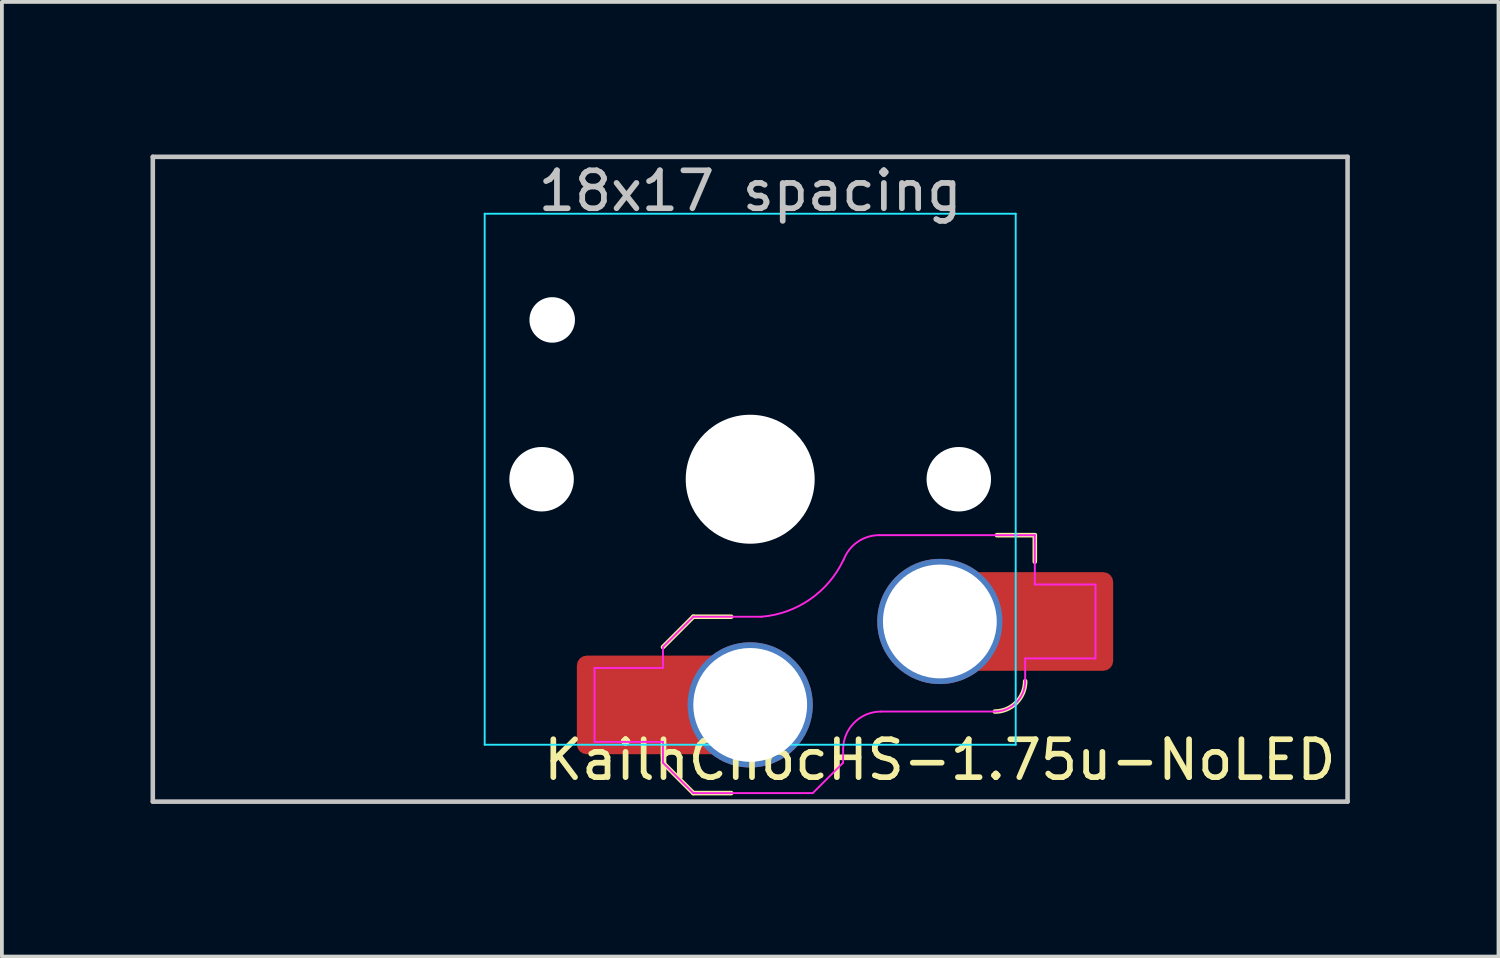
<source format=kicad_pcb>
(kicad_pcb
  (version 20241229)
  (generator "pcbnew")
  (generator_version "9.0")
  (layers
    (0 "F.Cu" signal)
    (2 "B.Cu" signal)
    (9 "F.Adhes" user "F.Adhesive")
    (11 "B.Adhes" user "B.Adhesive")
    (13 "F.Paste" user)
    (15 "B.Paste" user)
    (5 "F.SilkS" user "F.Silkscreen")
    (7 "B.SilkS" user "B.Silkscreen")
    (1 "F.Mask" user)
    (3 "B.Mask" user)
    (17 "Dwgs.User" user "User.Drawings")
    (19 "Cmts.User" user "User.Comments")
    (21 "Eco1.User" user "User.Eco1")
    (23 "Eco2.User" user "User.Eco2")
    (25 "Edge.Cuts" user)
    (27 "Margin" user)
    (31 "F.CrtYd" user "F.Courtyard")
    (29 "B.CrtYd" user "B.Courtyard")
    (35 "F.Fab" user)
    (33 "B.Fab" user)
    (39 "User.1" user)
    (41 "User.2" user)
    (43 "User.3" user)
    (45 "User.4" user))
  (footprint "KailhChocHS-1.75u-NoLED"
    (layer "F.Cu")
    (at 16.729 9.585)
    (property "Reference" "KailhChocHS-1.75u-NoLED" (at 5 7.4 180) (layer "F.SilkS") (effects (font (size 1 1) (thickness 0.15))))
    (attr smd)
    (fp_line (start -2.3 7.475) (end -1.5 8.275) (stroke (width 0.12) (type solid)) (layer "F.SilkS"))
    (fp_line (start -1.5 3.625) (end -2.3 4.425) (stroke (width 0.12) (type solid)) (layer "F.SilkS"))
    (fp_line (start -1.5 3.625) (end -0.5 3.625) (stroke (width 0.12) (type solid)) (layer "F.SilkS"))
    (fp_line (start -1.5 8.275) (end -0.5 8.275) (stroke (width 0.12) (type solid)) (layer "F.SilkS"))
    (fp_line (start 7.504 1.475) (end 6.504 1.475) (stroke (width 0.12) (type solid)) (layer "F.SilkS"))
    (fp_line (start 7.504 1.475) (end 7.504 2.175) (stroke (width 0.12) (type solid)) (layer "F.SilkS"))
    (fp_arc (start 7.25 5.325) (mid 7.015685 5.890685) (end 6.45 6.125) (stroke (width 0.12) (type solid)) (layer "F.SilkS"))
    (fp_line (start -15.75 -8.5) (end -15.75 8.5) (stroke (width 0.12) (type solid)) (layer "Dwgs.User"))
    (fp_line (start -15.75 8.5) (end 15.75 8.5) (stroke (width 0.12) (type solid)) (layer "Dwgs.User"))
    (fp_line (start 15.75 -8.5) (end -15.75 -8.5) (stroke (width 0.12) (type solid)) (layer "Dwgs.User"))
    (fp_line (start 15.75 8.5) (end 15.75 -8.5) (stroke (width 0.12) (type solid)) (layer "Dwgs.User"))
    (fp_line (start -16.669 -9.525) (end 16.669 -9.525) (stroke (width 0.12) (type solid)) (layer "Eco1.User"))
    (fp_line (start -16.669 9.525) (end -16.669 -9.525) (stroke (width 0.12) (type solid)) (layer "Eco1.User"))
    (fp_line (start 16.669 -9.525) (end 16.669 9.525) (stroke (width 0.12) (type solid)) (layer "Eco1.User"))
    (fp_line (start 16.669 9.525) (end -16.669 9.525) (stroke (width 0.12) (type solid)) (layer "Eco1.User"))
    (fp_line (start -6.95 -6.45) (end -6.95 6.45) (stroke (width 0.05) (type solid)) (layer "Eco2.User"))
    (fp_line (start -6.45 6.95) (end 6.45 6.95) (stroke (width 0.05) (type solid)) (layer "Eco2.User"))
    (fp_line (start 6.45 -6.95) (end -6.45 -6.95) (stroke (width 0.05) (type solid)) (layer "Eco2.User"))
    (fp_line (start 6.95 6.45) (end 6.95 -6.45) (stroke (width 0.05) (type solid)) (layer "Eco2.User"))
    (fp_arc (start -6.95 -6.45) (mid -6.803553 -6.803553) (end -6.45 -6.95) (stroke (width 0.05) (type solid)) (layer "Eco2.User"))
    (fp_arc (start -6.45 6.95) (mid -6.803553 6.803553) (end -6.95 6.45) (stroke (width 0.05) (type solid)) (layer "Eco2.User"))
    (fp_arc (start 6.45 -6.95) (mid 6.803553 -6.803553) (end 6.95 -6.45) (stroke (width 0.05) (type solid)) (layer "Eco2.User"))
    (fp_arc (start 6.95 6.45) (mid 6.803553 6.803553) (end 6.45 6.95) (stroke (width 0.05) (type solid)) (layer "Eco2.User"))
    (fp_line (start -7 -7) (end -7 7) (stroke (width 0.05) (type solid)) (layer "B.CrtYd"))
    (fp_line (start -7 7) (end 7 7) (stroke (width 0.05) (type solid)) (layer "B.CrtYd"))
    (fp_line (start 7 -7) (end -7 -7) (stroke (width 0.05) (type solid)) (layer "B.CrtYd"))
    (fp_line (start 7 7) (end 7 -7) (stroke (width 0.05) (type solid)) (layer "B.CrtYd"))
    (fp_line (start -4.104 4.975) (end -4.104 6.925) (stroke (width 0.05) (type solid)) (layer "F.CrtYd"))
    (fp_line (start -4.104 4.975) (end -2.3 4.975) (stroke (width 0.05) (type solid)) (layer "F.CrtYd"))
    (fp_line (start -4.104 6.925) (end -2.3 6.925) (stroke (width 0.05) (type solid)) (layer "F.CrtYd"))
    (fp_line (start -2.3 4.975) (end -2.3 4.425) (stroke (width 0.05) (type solid)) (layer "F.CrtYd"))
    (fp_line (start -2.3 7.475) (end -2.3 6.925) (stroke (width 0.05) (type solid)) (layer "F.CrtYd"))
    (fp_line (start -2.3 7.475) (end -1.5 8.275) (stroke (width 0.05) (type solid)) (layer "F.CrtYd"))
    (fp_line (start -1.5 3.625) (end -2.3 4.425) (stroke (width 0.05) (type solid)) (layer "F.CrtYd"))
    (fp_line (start -1.5 3.625) (end 0.3 3.625) (stroke (width 0.05) (type solid)) (layer "F.CrtYd"))
    (fp_line (start -1.5 8.275) (end 1.65 8.275) (stroke (width 0.05) (type solid)) (layer "F.CrtYd"))
    (fp_line (start 2.45 7.475) (end 1.65 8.275) (stroke (width 0.05) (type solid)) (layer "F.CrtYd"))
    (fp_line (start 2.45 7.475) (end 2.45 7.125) (stroke (width 0.05) (type solid)) (layer "F.CrtYd"))
    (fp_line (start 3.45 6.125) (end 6.45 6.125) (stroke (width 0.05) (type solid)) (layer "F.CrtYd"))
    (fp_line (start 7.25 4.725) (end 9.104 4.725) (stroke (width 0.05) (type solid)) (layer "F.CrtYd"))
    (fp_line (start 7.25 5.325) (end 7.25 4.725) (stroke (width 0.05) (type solid)) (layer "F.CrtYd"))
    (fp_line (start 7.504 1.475) (end 3.4 1.475) (stroke (width 0.05) (type solid)) (layer "F.CrtYd"))
    (fp_line (start 7.504 1.475) (end 7.504 2.175) (stroke (width 0.05) (type solid)) (layer "F.CrtYd"))
    (fp_line (start 7.504 2.175) (end 7.504 2.775) (stroke (width 0.05) (type solid)) (layer "F.CrtYd"))
    (fp_line (start 9.104 2.775) (end 7.504 2.775) (stroke (width 0.05) (type solid)) (layer "F.CrtYd"))
    (fp_line (start 9.104 4.725) (end 9.104 2.775) (stroke (width 0.05) (type solid)) (layer "F.CrtYd"))
    (fp_arc (start 2.45 7.125) (mid 2.742893 6.417893) (end 3.45 6.125) (stroke (width 0.05) (type solid)) (layer "F.CrtYd"))
    (fp_arc (start 2.455444 2.13293) (mid 1.577272 3.167235) (end 0.299999 3.624999) (stroke (width 0.05) (type solid)) (layer "F.CrtYd"))
    (fp_arc (start 2.460307 2.13298) (mid 2.826423 1.655848) (end 3.4 1.475) (stroke (width 0.05) (type solid)) (layer "F.CrtYd"))
    (fp_arc (start 7.25 5.325) (mid 7.015685 5.890685) (end 6.45 6.125) (stroke (width 0.05) (type solid)) (layer "F.CrtYd"))
    (fp_rect (start -15.312 -8.75) (end 15.312 8.75) (stroke (width 0.12) (type solid)) (fill no) (layer "User.8"))
    (fp_text user "18x17 spacing" (at 0 -7.6 180) (layer "Dwgs.User") (effects (font (size 1 1) (thickness 0.15))))
    (fp_text user "19.05 spacing" (at 0 -8.7 180) (layer "Eco1.User") (effects (font (size 1 1) (thickness 0.15))))
    (fp_text user "17.5x17.5 spacing" (at 0 -8 180) (layer "User.8") (effects (font (size 1 1) (thickness 0.15))))
    (pad "" np_thru_hole circle (at -5.5 0 180) (size 1.7 1.7) (drill 1.7) (layers "*.Cu" "*.Mask"))
    (pad "" np_thru_hole circle (at -5.22 -4.2 180) (size 1.2 1.2) (drill 1.2) (layers "*.Cu" "*.Mask"))
    (pad "" np_thru_hole circle (at 0 0 180) (size 3.4 3.4) (drill 3.4) (layers "*.Cu" "*.Mask"))
    (pad "" np_thru_hole circle (at 5.5 0 180) (size 1.7 1.7) (drill 1.7) (layers "*.Cu" "*.Mask"))
    (pad "1" thru_hole circle (at 5 3.75) (size 3.3 3.3) (drill 3) (layers "*.Cu" "F.Mask"))
    (pad "1" smd rect (at 6.55 3.75) (size 1.2 2.6) (layers "F.Cu"))
    (pad "1" smd roundrect (at 8.245 3.75) (size 2.65 2.6) (layers "F.Cu" "F.Mask" "F.Paste") (roundrect_rratio 0.1))
    (pad "2" smd roundrect (at -3.245 5.95) (size 2.65 2.6) (layers "F.Cu" "F.Mask" "F.Paste") (roundrect_rratio 0.1))
    (pad "2" smd rect (at -1.55 5.95 180) (size 1.2 2.6) (layers "F.Cu"))
    (pad "2" thru_hole circle (at 0 5.95) (size 3.3 3.3) (drill 3) (layers "*.Cu" "F.Mask")))
  (gr_rect
    (start -3 -3)
    (end 36.458 22.17)
    (stroke (width 0.1) (type default))
    (fill no)
    (layer "Edge.Cuts")))
</source>
